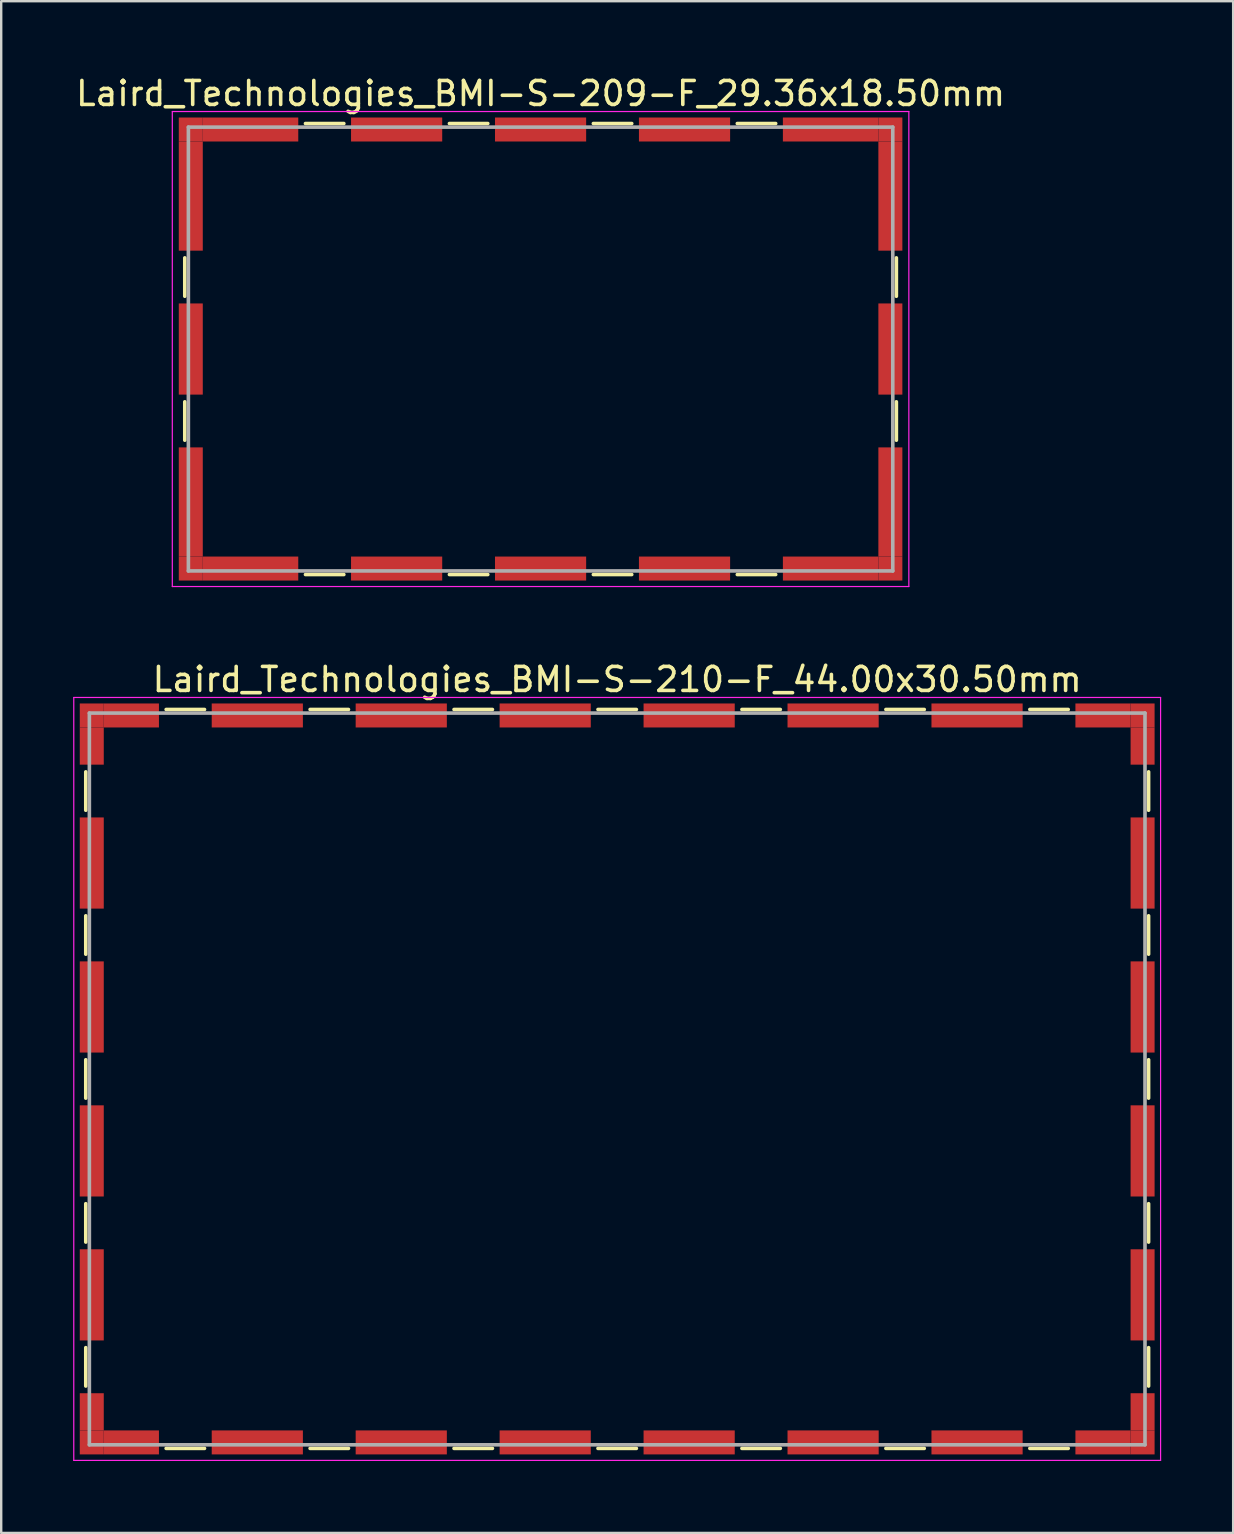
<source format=kicad_pcb>
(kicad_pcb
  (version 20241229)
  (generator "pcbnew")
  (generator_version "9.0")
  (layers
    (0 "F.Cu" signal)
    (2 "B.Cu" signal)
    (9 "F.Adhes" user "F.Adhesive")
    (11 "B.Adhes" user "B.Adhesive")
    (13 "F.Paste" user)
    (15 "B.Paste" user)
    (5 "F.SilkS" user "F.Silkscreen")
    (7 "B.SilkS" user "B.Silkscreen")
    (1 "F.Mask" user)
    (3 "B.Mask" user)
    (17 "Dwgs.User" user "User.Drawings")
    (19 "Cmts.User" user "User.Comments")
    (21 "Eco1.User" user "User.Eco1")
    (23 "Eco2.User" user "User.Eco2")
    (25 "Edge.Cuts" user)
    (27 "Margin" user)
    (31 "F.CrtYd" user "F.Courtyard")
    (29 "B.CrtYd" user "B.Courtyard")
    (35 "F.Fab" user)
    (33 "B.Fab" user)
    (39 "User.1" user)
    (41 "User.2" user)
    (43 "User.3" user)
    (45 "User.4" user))
  (footprint "Laird_Technologies_BMI-S-209-F_29.36x18.50mm"
    (layer "F.Cu")
    (at 19.482 11.498)
    (property "Reference" "Laird_Technologies_BMI-S-209-F_29.36x18.50mm" (at 0 -10.65 0) (layer "F.SilkS") (effects (font (size 1 1) (thickness 0.15))))
    (attr smd)
    (fp_line (start -14.83 -3.8) (end -14.83 -2.2) (stroke (width 0.15) (type solid)) (layer "F.SilkS"))
    (fp_line (start -14.83 2.2) (end -14.83 3.8) (stroke (width 0.15) (type solid)) (layer "F.SilkS"))
    (fp_line (start -9.8 -9.4) (end -8.2 -9.4) (stroke (width 0.15) (type solid)) (layer "F.SilkS"))
    (fp_line (start -9.8 9.4) (end -8.2 9.4) (stroke (width 0.15) (type solid)) (layer "F.SilkS"))
    (fp_line (start -3.8 -9.4) (end -2.2 -9.4) (stroke (width 0.15) (type solid)) (layer "F.SilkS"))
    (fp_line (start -3.8 9.4) (end -2.2 9.4) (stroke (width 0.15) (type solid)) (layer "F.SilkS"))
    (fp_line (start 2.2 -9.4) (end 3.8 -9.4) (stroke (width 0.15) (type solid)) (layer "F.SilkS"))
    (fp_line (start 2.2 9.4) (end 3.8 9.4) (stroke (width 0.15) (type solid)) (layer "F.SilkS"))
    (fp_line (start 8.2 -9.4) (end 9.8 -9.4) (stroke (width 0.15) (type solid)) (layer "F.SilkS"))
    (fp_line (start 8.2 9.4) (end 9.8 9.4) (stroke (width 0.15) (type solid)) (layer "F.SilkS"))
    (fp_line (start 14.83 -3.8) (end 14.83 -2.2) (stroke (width 0.15) (type solid)) (layer "F.SilkS"))
    (fp_line (start 14.83 2.2) (end 14.83 3.8) (stroke (width 0.15) (type solid)) (layer "F.SilkS"))
    (fp_line (start -15.35 -9.9) (end -15.35 9.9) (stroke (width 0.05) (type solid)) (layer "F.CrtYd"))
    (fp_line (start -15.35 9.9) (end 15.35 9.9) (stroke (width 0.05) (type solid)) (layer "F.CrtYd"))
    (fp_line (start 15.35 -9.9) (end -15.35 -9.9) (stroke (width 0.05) (type solid)) (layer "F.CrtYd"))
    (fp_line (start 15.35 9.9) (end 15.35 -9.9) (stroke (width 0.05) (type solid)) (layer "F.CrtYd"))
    (fp_line (start -14.68 -9.25) (end -14.68 9.25) (stroke (width 0.15) (type solid)) (layer "F.Fab"))
    (fp_line (start -14.68 9.25) (end 14.68 9.25) (stroke (width 0.15) (type solid)) (layer "F.Fab"))
    (fp_line (start 14.68 -9.25) (end -14.68 -9.25) (stroke (width 0.15) (type solid)) (layer "F.Fab"))
    (fp_line (start 14.68 9.25) (end 14.68 -9.25) (stroke (width 0.15) (type solid)) (layer "F.Fab"))
    (pad "1" smd rect (at -14.58 -9.15) (size 1 1) (layers "F.Cu" "F.Mask"))
    (pad "1" smd rect (at -14.58 -6.375) (size 1 4.55) (layers "F.Cu" "F.Mask"))
    (pad "1" smd rect (at -14.58 0) (size 1 3.8) (layers "F.Cu" "F.Mask"))
    (pad "1" smd rect (at -14.58 6.375) (size 1 4.55) (layers "F.Cu" "F.Mask"))
    (pad "1" smd rect (at -14.58 9.15) (size 1 1) (layers "F.Cu" "F.Mask"))
    (pad "1" smd rect (at -12.09 -9.15) (size 3.98 1) (layers "F.Cu" "F.Mask"))
    (pad "1" smd rect (at -12.09 9.15) (size 3.98 1) (layers "F.Cu" "F.Mask"))
    (pad "1" smd rect (at -6 -9.15) (size 3.8 1) (layers "F.Cu" "F.Mask"))
    (pad "1" smd rect (at -6 9.15) (size 3.8 1) (layers "F.Cu" "F.Mask"))
    (pad "1" smd rect (at 0 -9.15) (size 3.8 1) (layers "F.Cu" "F.Mask"))
    (pad "1" smd rect (at 0 9.15) (size 3.8 1) (layers "F.Cu" "F.Mask"))
    (pad "1" smd rect (at 6 -9.15) (size 3.8 1) (layers "F.Cu" "F.Mask"))
    (pad "1" smd rect (at 6 9.15) (size 3.8 1) (layers "F.Cu" "F.Mask"))
    (pad "1" smd rect (at 12.09 -9.15) (size 3.98 1) (layers "F.Cu" "F.Mask"))
    (pad "1" smd rect (at 12.09 9.15) (size 3.98 1) (layers "F.Cu" "F.Mask"))
    (pad "1" smd rect (at 14.58 -9.15) (size 1 1) (layers "F.Cu" "F.Mask"))
    (pad "1" smd rect (at 14.58 -6.375) (size 1 4.55) (layers "F.Cu" "F.Mask"))
    (pad "1" smd rect (at 14.58 0) (size 1 3.8) (layers "F.Cu" "F.Mask"))
    (pad "1" smd rect (at 14.58 6.375) (size 1 4.55) (layers "F.Cu" "F.Mask"))
    (pad "1" smd rect (at 14.58 9.15) (size 1 1) (layers "F.Cu" "F.Mask")))
  (footprint "Laird_Technologies_BMI-S-210-F_44.00x30.50mm"
    (layer "F.Cu")
    (at 22.675 41.922)
    (property "Reference" "Laird_Technologies_BMI-S-210-F_44.00x30.50mm" (at 0 -16.65 0) (layer "F.SilkS") (effects (font (size 1 1) (thickness 0.15))))
    (attr smd)
    (fp_line (start -22.15 -12.8) (end -22.15 -11.2) (stroke (width 0.15) (type solid)) (layer "F.SilkS"))
    (fp_line (start -22.15 -6.8) (end -22.15 -5.2) (stroke (width 0.15) (type solid)) (layer "F.SilkS"))
    (fp_line (start -22.15 -0.8) (end -22.15 0.8) (stroke (width 0.15) (type solid)) (layer "F.SilkS"))
    (fp_line (start -22.15 5.2) (end -22.15 6.8) (stroke (width 0.15) (type solid)) (layer "F.SilkS"))
    (fp_line (start -22.15 11.2) (end -22.15 12.8) (stroke (width 0.15) (type solid)) (layer "F.SilkS"))
    (fp_line (start -18.8 -15.4) (end -17.2 -15.4) (stroke (width 0.15) (type solid)) (layer "F.SilkS"))
    (fp_line (start -18.8 15.4) (end -17.2 15.4) (stroke (width 0.15) (type solid)) (layer "F.SilkS"))
    (fp_line (start -12.8 -15.4) (end -11.2 -15.4) (stroke (width 0.15) (type solid)) (layer "F.SilkS"))
    (fp_line (start -12.8 15.4) (end -11.2 15.4) (stroke (width 0.15) (type solid)) (layer "F.SilkS"))
    (fp_line (start -6.8 -15.4) (end -5.2 -15.4) (stroke (width 0.15) (type solid)) (layer "F.SilkS"))
    (fp_line (start -6.8 15.4) (end -5.2 15.4) (stroke (width 0.15) (type solid)) (layer "F.SilkS"))
    (fp_line (start -0.8 -15.4) (end 0.8 -15.4) (stroke (width 0.15) (type solid)) (layer "F.SilkS"))
    (fp_line (start -0.8 15.4) (end 0.8 15.4) (stroke (width 0.15) (type solid)) (layer "F.SilkS"))
    (fp_line (start 5.2 -15.4) (end 6.8 -15.4) (stroke (width 0.15) (type solid)) (layer "F.SilkS"))
    (fp_line (start 5.2 15.4) (end 6.8 15.4) (stroke (width 0.15) (type solid)) (layer "F.SilkS"))
    (fp_line (start 11.2 -15.4) (end 12.8 -15.4) (stroke (width 0.15) (type solid)) (layer "F.SilkS"))
    (fp_line (start 11.2 15.4) (end 12.8 15.4) (stroke (width 0.15) (type solid)) (layer "F.SilkS"))
    (fp_line (start 17.2 -15.4) (end 18.8 -15.4) (stroke (width 0.15) (type solid)) (layer "F.SilkS"))
    (fp_line (start 17.2 15.4) (end 18.8 15.4) (stroke (width 0.15) (type solid)) (layer "F.SilkS"))
    (fp_line (start 22.15 -12.8) (end 22.15 -11.2) (stroke (width 0.15) (type solid)) (layer "F.SilkS"))
    (fp_line (start 22.15 -6.8) (end 22.15 -5.2) (stroke (width 0.15) (type solid)) (layer "F.SilkS"))
    (fp_line (start 22.15 -0.8) (end 22.15 0.8) (stroke (width 0.15) (type solid)) (layer "F.SilkS"))
    (fp_line (start 22.15 5.2) (end 22.15 6.8) (stroke (width 0.15) (type solid)) (layer "F.SilkS"))
    (fp_line (start 22.15 11.2) (end 22.15 12.8) (stroke (width 0.15) (type solid)) (layer "F.SilkS"))
    (fp_line (start -22.65 -15.9) (end -22.65 15.9) (stroke (width 0.05) (type solid)) (layer "F.CrtYd"))
    (fp_line (start -22.65 15.9) (end 22.65 15.9) (stroke (width 0.05) (type solid)) (layer "F.CrtYd"))
    (fp_line (start 22.65 -15.9) (end -22.65 -15.9) (stroke (width 0.05) (type solid)) (layer "F.CrtYd"))
    (fp_line (start 22.65 15.9) (end 22.65 -15.9) (stroke (width 0.05) (type solid)) (layer "F.CrtYd"))
    (fp_line (start -22 -15.25) (end -22 15.25) (stroke (width 0.15) (type solid)) (layer "F.Fab"))
    (fp_line (start -22 15.25) (end 22 15.25) (stroke (width 0.15) (type solid)) (layer "F.Fab"))
    (fp_line (start 22 -15.25) (end -22 -15.25) (stroke (width 0.15) (type solid)) (layer "F.Fab"))
    (fp_line (start 22 15.25) (end 22 -15.25) (stroke (width 0.15) (type solid)) (layer "F.Fab"))
    (pad "1" smd rect (at -21.9 -15.15) (size 1 1) (layers "F.Cu" "F.Mask"))
    (pad "1" smd rect (at -21.9 -13.875) (size 1 1.55) (layers "F.Cu" "F.Mask"))
    (pad "1" smd rect (at -21.9 -9) (size 1 3.8) (layers "F.Cu" "F.Mask"))
    (pad "1" smd rect (at -21.9 -3) (size 1 3.8) (layers "F.Cu" "F.Mask"))
    (pad "1" smd rect (at -21.9 3) (size 1 3.8) (layers "F.Cu" "F.Mask"))
    (pad "1" smd rect (at -21.9 9) (size 1 3.8) (layers "F.Cu" "F.Mask"))
    (pad "1" smd rect (at -21.9 13.875) (size 1 1.55) (layers "F.Cu" "F.Mask"))
    (pad "1" smd rect (at -21.9 15.15) (size 1 1) (layers "F.Cu" "F.Mask"))
    (pad "1" smd rect (at -20.25 -15.15) (size 2.3 1) (layers "F.Cu" "F.Mask"))
    (pad "1" smd rect (at -20.25 15.15) (size 2.3 1) (layers "F.Cu" "F.Mask"))
    (pad "1" smd rect (at -15 -15.15) (size 3.8 1) (layers "F.Cu" "F.Mask"))
    (pad "1" smd rect (at -15 15.15) (size 3.8 1) (layers "F.Cu" "F.Mask"))
    (pad "1" smd rect (at -9 -15.15) (size 3.8 1) (layers "F.Cu" "F.Mask"))
    (pad "1" smd rect (at -9 15.15) (size 3.8 1) (layers "F.Cu" "F.Mask"))
    (pad "1" smd rect (at -3 -15.15) (size 3.8 1) (layers "F.Cu" "F.Mask"))
    (pad "1" smd rect (at -3 15.15) (size 3.8 1) (layers "F.Cu" "F.Mask"))
    (pad "1" smd rect (at 3 -15.15) (size 3.8 1) (layers "F.Cu" "F.Mask"))
    (pad "1" smd rect (at 3 15.15) (size 3.8 1) (layers "F.Cu" "F.Mask"))
    (pad "1" smd rect (at 9 -15.15) (size 3.8 1) (layers "F.Cu" "F.Mask"))
    (pad "1" smd rect (at 9 15.15) (size 3.8 1) (layers "F.Cu" "F.Mask"))
    (pad "1" smd rect (at 15 -15.15) (size 3.8 1) (layers "F.Cu" "F.Mask"))
    (pad "1" smd rect (at 15 15.15) (size 3.8 1) (layers "F.Cu" "F.Mask"))
    (pad "1" smd rect (at 20.25 -15.15) (size 2.3 1) (layers "F.Cu" "F.Mask"))
    (pad "1" smd rect (at 20.25 15.15) (size 2.3 1) (layers "F.Cu" "F.Mask"))
    (pad "1" smd rect (at 21.9 -15.15) (size 1 1) (layers "F.Cu" "F.Mask"))
    (pad "1" smd rect (at 21.9 -13.875) (size 1 1.55) (layers "F.Cu" "F.Mask"))
    (pad "1" smd rect (at 21.9 -9) (size 1 3.8) (layers "F.Cu" "F.Mask"))
    (pad "1" smd rect (at 21.9 -3) (size 1 3.8) (layers "F.Cu" "F.Mask"))
    (pad "1" smd rect (at 21.9 3) (size 1 3.8) (layers "F.Cu" "F.Mask"))
    (pad "1" smd rect (at 21.9 9) (size 1 3.8) (layers "F.Cu" "F.Mask"))
    (pad "1" smd rect (at 21.9 13.875) (size 1 1.55) (layers "F.Cu" "F.Mask"))
    (pad "1" smd rect (at 21.9 15.15) (size 1 1) (layers "F.Cu" "F.Mask")))
  (gr_rect
    (start -3 -3)
    (end 48.35 60.846)
    (stroke (width 0.1) (type default))
    (fill no)
    (layer "Edge.Cuts")))
</source>
